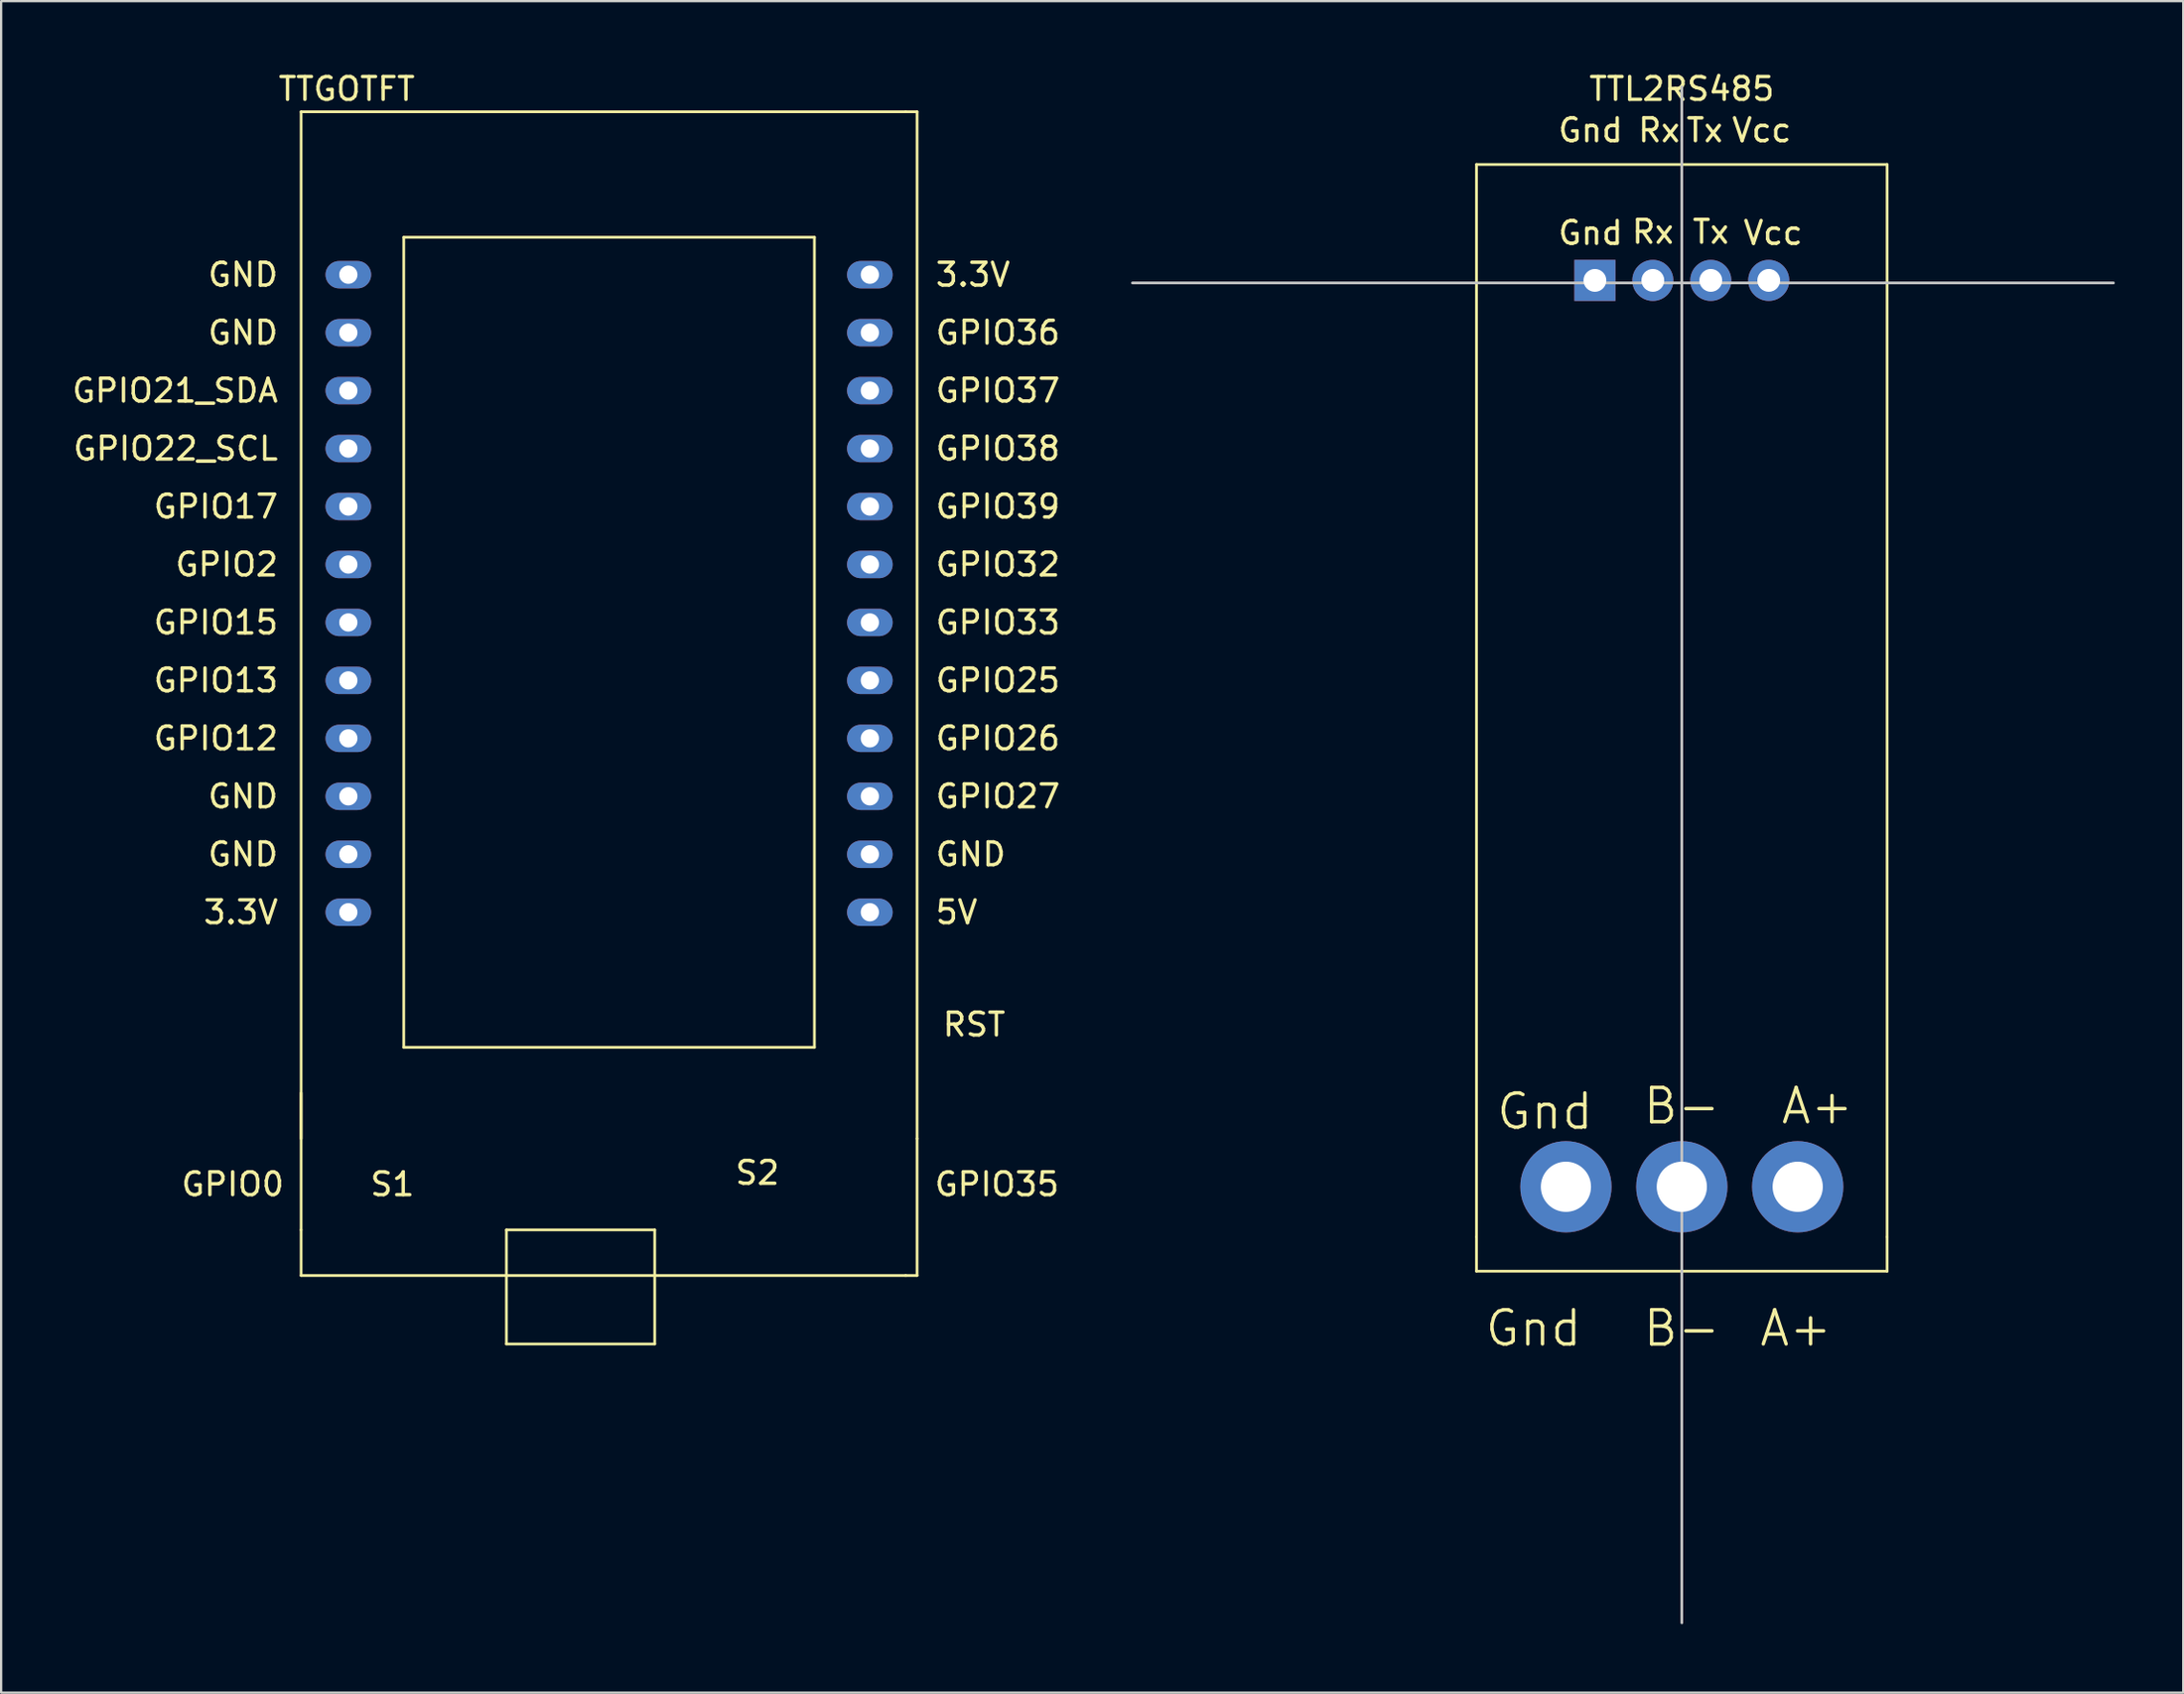
<source format=kicad_pcb>
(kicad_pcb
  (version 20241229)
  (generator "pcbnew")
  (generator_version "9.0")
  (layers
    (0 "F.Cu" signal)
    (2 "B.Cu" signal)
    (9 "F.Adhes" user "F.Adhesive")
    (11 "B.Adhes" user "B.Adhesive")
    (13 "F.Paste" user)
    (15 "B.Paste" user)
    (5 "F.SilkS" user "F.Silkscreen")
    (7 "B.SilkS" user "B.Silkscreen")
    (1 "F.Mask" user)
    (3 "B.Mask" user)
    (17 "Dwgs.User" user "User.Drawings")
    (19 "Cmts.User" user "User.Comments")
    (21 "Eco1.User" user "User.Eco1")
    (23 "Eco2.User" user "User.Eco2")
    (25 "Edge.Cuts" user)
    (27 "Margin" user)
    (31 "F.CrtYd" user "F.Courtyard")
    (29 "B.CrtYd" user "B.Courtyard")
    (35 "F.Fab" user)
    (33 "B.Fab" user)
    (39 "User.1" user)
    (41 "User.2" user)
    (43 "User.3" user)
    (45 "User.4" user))
  (footprint "TTGOTFT"
    (layer "F.Cu")
    (at 22.649 23.348)
    (property "Reference" "TTGOTFT" (at -10.5 -22.5 0) (layer "F.SilkS") (effects (font (size 1 1) (thickness 0.15))))
    (attr through_hole)
    (fp_line (start -12.5 -21.5) (end -12.5 23.5) (stroke (width 0.12) (type solid)) (layer "F.SilkS"))
    (fp_line (start -12.5 21.5) (end -12.5 27.5) (stroke (width 0.12) (type solid)) (layer "F.SilkS"))
    (fp_line (start -12.5 29.5) (end -12.5 27.5) (stroke (width 0.12) (type solid)) (layer "F.SilkS"))
    (fp_line (start -12.5 29.5) (end 14 29.5) (stroke (width 0.12) (type solid)) (layer "F.SilkS"))
    (fp_line (start -8 -16) (end 10 -16) (stroke (width 0.12) (type solid)) (layer "F.SilkS"))
    (fp_line (start -8 19.5) (end -8 -16) (stroke (width 0.12) (type solid)) (layer "F.SilkS"))
    (fp_line (start -8 19.5) (end 10 19.5) (stroke (width 0.12) (type solid)) (layer "F.SilkS"))
    (fp_line (start -3.5 27.5) (end 3 27.5) (stroke (width 0.12) (type solid)) (layer "F.SilkS"))
    (fp_line (start -3.5 32.5) (end -3.5 27.5) (stroke (width 0.12) (type solid)) (layer "F.SilkS"))
    (fp_line (start 3 27.5) (end 3 32.5) (stroke (width 0.12) (type solid)) (layer "F.SilkS"))
    (fp_line (start 3 32.5) (end -3.5 32.5) (stroke (width 0.12) (type solid)) (layer "F.SilkS"))
    (fp_line (start 10 -16) (end 10 19.5) (stroke (width 0.12) (type solid)) (layer "F.SilkS"))
    (fp_line (start 14 -21.5) (end -12.5 -21.5) (stroke (width 0.12) (type solid)) (layer "F.SilkS"))
    (fp_line (start 14 -21.5) (end 14.5 -21.5) (stroke (width 0.12) (type solid)) (layer "F.SilkS"))
    (fp_line (start 14 29.5) (end 14.5 29.5) (stroke (width 0.12) (type solid)) (layer "F.SilkS"))
    (fp_line (start 14.5 23.5) (end 14.5 -21.5) (stroke (width 0.12) (type solid)) (layer "F.SilkS"))
    (fp_line (start 14.5 23.5) (end 14.5 29.5) (stroke (width 0.12) (type solid)) (layer "F.SilkS"))
    (fp_text user "3.3V" (at 16.947 -14.36 0) (unlocked yes) (layer "F.SilkS") (effects (font (size 1 1) (thickness 0.15))))
    (fp_text user "GPIO33" (at 18.042 0.88 0) (unlocked yes) (layer "F.SilkS") (effects (font (size 1 1) (thickness 0.15))))
    (fp_text user "GPIO12" (at -16.238 5.96 0) (unlocked yes) (layer "F.SilkS") (effects (font (size 1 1) (thickness 0.15))))
    (fp_text user "GPIO25" (at 18.042 3.42 0) (unlocked yes) (layer "F.SilkS") (effects (font (size 1 1) (thickness 0.15))))
    (fp_text user "GPIO32" (at 18.042 -1.66 0) (unlocked yes) (layer "F.SilkS") (effects (font (size 1 1) (thickness 0.15))))
    (fp_text user "GPIO21_SDA" (at -18.024 -9.28 0) (unlocked yes) (layer "F.SilkS") (effects (font (size 1 1) (thickness 0.15))))
    (fp_text user "GPIO2" (at -15.762 -1.66 0) (unlocked yes) (layer "F.SilkS") (effects (font (size 1 1) (thickness 0.15))))
    (fp_text user "GPIO35" (at 18 25.5 0) (layer "F.SilkS") (effects (font (size 1 1) (thickness 0.15))))
    (fp_text user "S1" (at -8.5 25.5 0) (layer "F.SilkS") (effects (font (size 1 1) (thickness 0.15))))
    (fp_text user "RST" (at 17 18.5 0) (layer "F.SilkS") (effects (font (size 1 1) (thickness 0.15))))
    (fp_text user "GND" (at -15.048 -14.36 0) (unlocked yes) (layer "F.SilkS") (effects (font (size 1 1) (thickness 0.15))))
    (fp_text user "GPIO15" (at -16.238 0.88 0) (unlocked yes) (layer "F.SilkS") (effects (font (size 1 1) (thickness 0.15))))
    (fp_text user "GPIO22_SCL" (at -18 -6.74 0) (unlocked yes) (layer "F.SilkS") (effects (font (size 1 1) (thickness 0.15))))
    (fp_text user "GPIO0" (at -15.5 25.5 0) (layer "F.SilkS") (effects (font (size 1 1) (thickness 0.15))))
    (fp_text user "GPIO27" (at 18.042 8.5 0) (unlocked yes) (layer "F.SilkS") (effects (font (size 1 1) (thickness 0.15))))
    (fp_text user "GPIO39" (at 18.042 -4.2 0) (unlocked yes) (layer "F.SilkS") (effects (font (size 1 1) (thickness 0.15))))
    (fp_text user "GND" (at -15.048 -11.82 0) (unlocked yes) (layer "F.SilkS") (effects (font (size 1 1) (thickness 0.15))))
    (fp_text user "GND" (at -15.048 11.04 0) (unlocked yes) (layer "F.SilkS") (effects (font (size 1 1) (thickness 0.15))))
    (fp_text user "S2" (at 7.5 25 0) (layer "F.SilkS") (effects (font (size 1 1) (thickness 0.15))))
    (fp_text user "GPIO26" (at 18.042 5.96 0) (unlocked yes) (layer "F.SilkS") (effects (font (size 1 1) (thickness 0.15))))
    (fp_text user "GPIO36" (at 18.042 -11.82 0) (unlocked yes) (layer "F.SilkS") (effects (font (size 1 1) (thickness 0.15))))
    (fp_text user "3.3V" (at -15.143 13.58 0) (unlocked yes) (layer "F.SilkS") (effects (font (size 1 1) (thickness 0.15))))
    (fp_text user "GPIO37" (at 18.042 -9.28 0) (unlocked yes) (layer "F.SilkS") (effects (font (size 1 1) (thickness 0.15))))
    (fp_text user "GPIO13" (at -16.238 3.42 0) (unlocked yes) (layer "F.SilkS") (effects (font (size 1 1) (thickness 0.15))))
    (fp_text user "GND" (at -15.048 8.5 0) (unlocked yes) (layer "F.SilkS") (effects (font (size 1 1) (thickness 0.15))))
    (fp_text user "GPIO17" (at -16.238 -4.2 0) (unlocked yes) (layer "F.SilkS") (effects (font (size 1 1) (thickness 0.15))))
    (fp_text user "GPIO38" (at 18.042 -6.74 0) (unlocked yes) (layer "F.SilkS") (effects (font (size 1 1) (thickness 0.15))))
    (fp_text user "5V" (at 16.232 13.58 0) (unlocked yes) (layer "F.SilkS") (effects (font (size 1 1) (thickness 0.15))))
    (fp_text user "GND" (at 16.851 11.04 0) (unlocked yes) (layer "F.SilkS") (effects (font (size 1 1) (thickness 0.15))))
    (pad "1" thru_hole oval (at -10.43 -14.36 270) (size 1.2 2) (drill 0.8) (layers "*.Cu" "*.Mask"))
    (pad "2" thru_hole oval (at -10.43 -11.82 270) (size 1.2 2) (drill 0.8) (layers "*.Cu" "*.Mask"))
    (pad "3" thru_hole oval (at -10.43 -9.28 270) (size 1.2 2) (drill 0.8) (layers "*.Cu" "*.Mask"))
    (pad "4" thru_hole oval (at -10.43 -6.74 270) (size 1.2 2) (drill 0.8) (layers "*.Cu" "*.Mask"))
    (pad "5" thru_hole oval (at -10.43 -4.2 270) (size 1.2 2) (drill 0.8) (layers "*.Cu" "*.Mask"))
    (pad "6" thru_hole oval (at -10.43 -1.66 270) (size 1.2 2) (drill 0.8) (layers "*.Cu" "*.Mask"))
    (pad "7" thru_hole oval (at -10.43 0.88 270) (size 1.2 2) (drill 0.8) (layers "*.Cu" "*.Mask"))
    (pad "8" thru_hole oval (at -10.43 3.42 270) (size 1.2 2) (drill 0.8) (layers "*.Cu" "*.Mask"))
    (pad "9" thru_hole oval (at -10.43 5.96 270) (size 1.2 2) (drill 0.8) (layers "*.Cu" "*.Mask"))
    (pad "10" thru_hole oval (at -10.43 8.5 270) (size 1.2 2) (drill 0.8) (layers "*.Cu" "*.Mask"))
    (pad "11" thru_hole oval (at -10.43 11.04 270) (size 1.2 2) (drill 0.8) (layers "*.Cu" "*.Mask"))
    (pad "12" thru_hole oval (at -10.43 13.58 270) (size 1.2 2) (drill 0.8) (layers "*.Cu" "*.Mask"))
    (pad "13" thru_hole oval (at 12.43 13.58 270) (size 1.2 2) (drill 0.8) (layers "*.Cu" "*.Mask"))
    (pad "14" thru_hole oval (at 12.43 11.04 270) (size 1.2 2) (drill 0.8) (layers "*.Cu" "*.Mask"))
    (pad "15" thru_hole oval (at 12.43 8.5 270) (size 1.2 2) (drill 0.8) (layers "*.Cu" "*.Mask"))
    (pad "16" thru_hole oval (at 12.43 5.96 270) (size 1.2 2) (drill 0.8) (layers "*.Cu" "*.Mask"))
    (pad "17" thru_hole oval (at 12.43 3.42 270) (size 1.2 2) (drill 0.8) (layers "*.Cu" "*.Mask"))
    (pad "18" thru_hole oval (at 12.43 0.88 270) (size 1.2 2) (drill 0.8) (layers "*.Cu" "*.Mask"))
    (pad "19" thru_hole oval (at 12.43 -1.66 270) (size 1.2 2) (drill 0.8) (layers "*.Cu" "*.Mask"))
    (pad "20" thru_hole oval (at 12.43 -4.2 270) (size 1.2 2) (drill 0.8) (layers "*.Cu" "*.Mask"))
    (pad "21" thru_hole oval (at 12.43 -6.74 270) (size 1.2 2) (drill 0.8) (layers "*.Cu" "*.Mask"))
    (pad "22" thru_hole oval (at 12.43 -9.28 270) (size 1.2 2) (drill 0.8) (layers "*.Cu" "*.Mask"))
    (pad "23" thru_hole oval (at 12.43 -11.82 270) (size 1.2 2) (drill 0.8) (layers "*.Cu" "*.Mask"))
    (pad "24" thru_hole oval (at 12.43 -14.36 270) (size 1.2 2) (drill 0.8) (layers "*.Cu" "*.Mask")))
  (footprint "TTL2RS485"
    (layer "F.Cu")
    (at 70.67 26.158)
    (property "Reference" "TTL2RS485" (at 0 -25.31 0) (layer "F.SilkS") (effects (font (size 1 1) (thickness 0.15))))
    (attr through_hole)
    (fp_line (start -9 -22) (end 9 -22) (stroke (width 0.12) (type solid)) (layer "F.SilkS"))
    (fp_line (start -9 25) (end -9 -22) (stroke (width 0.12) (type solid)) (layer "F.SilkS"))
    (fp_line (start -9 25) (end -9 26.5) (stroke (width 0.12) (type solid)) (layer "F.SilkS"))
    (fp_line (start 9 -22) (end 9 25) (stroke (width 0.12) (type solid)) (layer "F.SilkS"))
    (fp_line (start 9 25) (end 9 26.5) (stroke (width 0.12) (type solid)) (layer "F.SilkS"))
    (fp_line (start 9 26.5) (end -9 26.5) (stroke (width 0.12) (type solid)) (layer "F.SilkS"))
    (fp_line (start 0 -25.4) (end 0 41.91) (stroke (width 0.12) (type solid)) (layer "Dwgs.User"))
    (fp_line (start 8.92 -16.81) (end -24.08 -16.81) (stroke (width 0.12) (type solid)) (layer "Dwgs.User"))
    (fp_line (start 8.92 -16.81) (end 18.92 -16.81) (stroke (width 0.12) (type solid)) (layer "Dwgs.User"))
    (fp_text user "A+" (at 5.94 19.26 0) (layer "F.SilkS") (effects (font (size 1.5 1.5) (thickness 0.15))))
    (fp_text user "Tx" (at 1 -23.5 0) (layer "F.SilkS") (effects (font (size 1 1) (thickness 0.15))))
    (fp_text user "A+" (at 5 29 0) (layer "F.SilkS") (effects (font (size 1.5 1.5) (thickness 0.15))))
    (fp_text user "Gnd" (at -4 -19 0) (layer "F.SilkS") (effects (font (size 1 1) (thickness 0.15))))
    (fp_text user "Gnd" (at -6.5 29 0) (layer "F.SilkS") (effects (font (size 1.5 1.5) (thickness 0.15))))
    (fp_text user "B-" (at 0 19.26 0) (layer "F.SilkS") (effects (font (size 1.5 1.5) (thickness 0.15))))
    (fp_text user "Gnd" (at -4 -23.5 0) (layer "F.SilkS") (effects (font (size 1 1) (thickness 0.15))))
    (fp_text user "Rx" (at -1 -23.5 0) (layer "F.SilkS") (effects (font (size 1 1) (thickness 0.15))))
    (fp_text user "Rx" (at -1.27 -19.05 0) (layer "F.SilkS") (effects (font (size 1 1) (thickness 0.15))))
    (fp_text user "Gnd" (at -6 19.5 0) (layer "F.SilkS") (effects (font (size 1.5 1.5) (thickness 0.15))))
    (fp_text user "B-" (at 0 29 0) (layer "F.SilkS") (effects (font (size 1.5 1.5) (thickness 0.15))))
    (fp_text user "Tx" (at 1.27 -19.05 0) (layer "F.SilkS") (effects (font (size 1 1) (thickness 0.15))))
    (fp_text user "Vcc" (at 4 -19 0) (layer "F.SilkS") (effects (font (size 1 1) (thickness 0.15))))
    (fp_text user "Vcc" (at 3.5 -23.5 0) (layer "F.SilkS") (effects (font (size 1 1) (thickness 0.15))))
    (pad "1" thru_hole circle (at 3.81 -16.92) (size 1.8 1.8) (drill 1) (layers "*.Cu" "*.Mask"))
    (pad "2" thru_hole circle (at 1.27 -16.92) (size 1.8 1.8) (drill 1) (layers "*.Cu" "*.Mask"))
    (pad "3" thru_hole circle (at -1.27 -16.92) (size 1.8 1.8) (drill 1) (layers "*.Cu" "*.Mask"))
    (pad "4" thru_hole rect (at -3.81 -16.92) (size 1.8 1.8) (drill 1) (layers "*.Cu" "*.Mask"))
    (pad "5" thru_hole circle (at -5.08 22.8) (size 4 4) (drill 2.2) (layers "*.Cu" "*.Mask"))
    (pad "6" thru_hole circle (at 0 22.8) (size 4 4) (drill 2.2) (layers "*.Cu" "*.Mask"))
    (pad "7" thru_hole circle (at 5.08 22.8) (size 4 4) (drill 2.2) (layers "*.Cu" "*.Mask")))
  (gr_rect
    (start -3 -3)
    (end 92.65 71.128)
    (stroke (width 0.1) (type default))
    (fill no)
    (layer "Edge.Cuts")))
</source>
